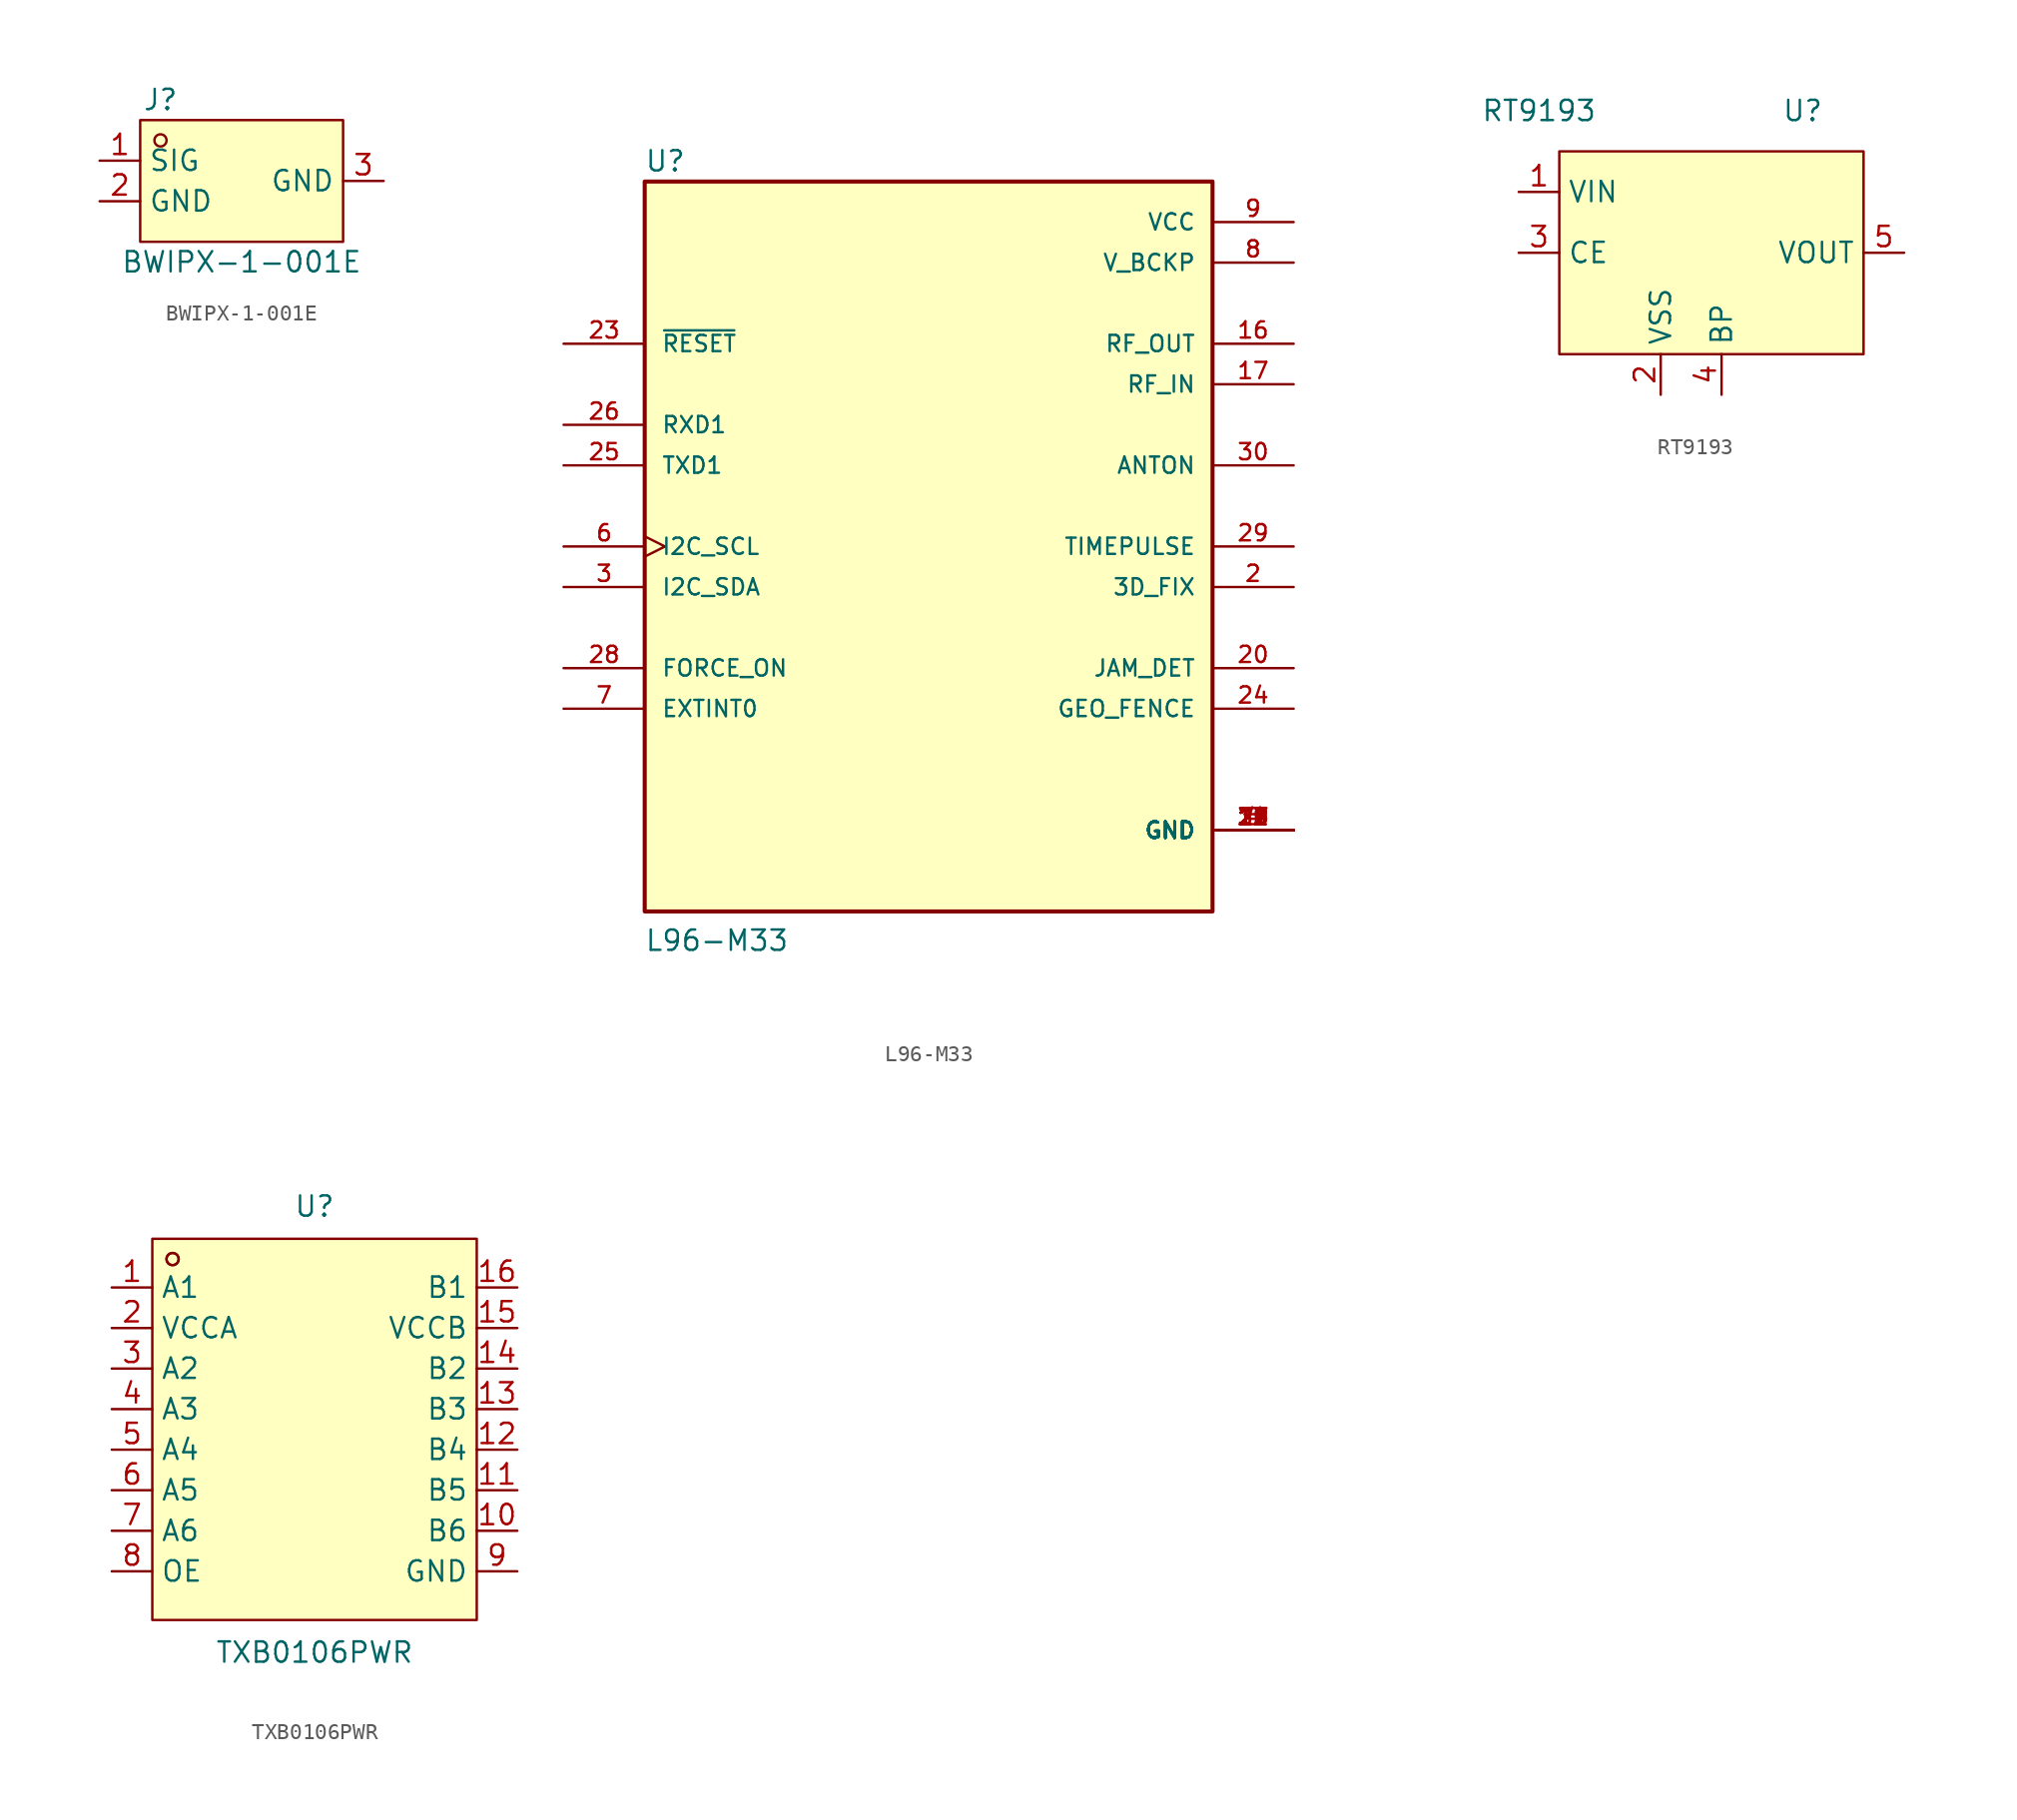
<source format=kicad_sym>
(kicad_symbol_lib
  (version 20231120)
  (generator "kicad_symbol_editor")
  (generator_version "8.0")
  (symbol "BWIPX-1-001E"
    (property "Reference" "J"
      (at -5.08 5.08 0)
      (effects (font (size 1.27 1.27))))
    (property "Value" "BWIPX-1-001E"
      (at 0 -5.08 0)
      (effects (font (size 1.27 1.27))))
    (symbol "BWIPX-1-001E_0_1"
      (rectangle (start -6.35 3.81) (end 6.35 -3.81) (stroke (width 0) (type default)) (fill (type background)))
      (circle (center -5.08 2.54) (radius 0.38) (stroke (width 0) (type default)) (fill (type none)))
      (pin unspecified line (at -8.89 1.27 0) (length 2.54) (name "SIG" (effects (font (size 1.27 1.27)))) (number "1" (effects (font (size 1.27 1.27)))))
      (pin unspecified line (at -8.89 -1.27 0) (length 2.54) (name "GND" (effects (font (size 1.27 1.27)))) (number "2" (effects (font (size 1.27 1.27)))))
      (pin unspecified line (at 8.89 0 180) (length 2.54) (name "GND" (effects (font (size 1.27 1.27)))) (number "3" (effects (font (size 1.27 1.27)))))))
  (symbol "L96-M33"
    (pin_names
      (offset 1.016))
    (property "Reference" "U"
      (at -17.805 23.393 0)
      (effects (font (size 1.27 1.27)) (justify left bottom)))
    (property "Value" "L96-M33"
      (at -17.805 -25.425 0)
      (effects (font (size 1.27 1.27)) (justify left bottom)))
    (symbol "L96-M33_0_0"
      (rectangle (start -17.78 -22.86) (end 17.78 22.86) (stroke (width 0.254) (type solid)) (fill (type background)))
      (pin power_in line (at 22.86 -17.78 180) (length 5.08) (name "GND" (effects (font (size 1.016 1.016)))) (number "10" (effects (font (size 1.016 1.016)))))
      (pin power_in line (at 22.86 -17.78 180) (length 5.08) (name "GND" (effects (font (size 1.016 1.016)))) (number "11" (effects (font (size 1.016 1.016)))))
      (pin power_in line (at 22.86 -17.78 180) (length 5.08) (name "GND" (effects (font (size 1.016 1.016)))) (number "12" (effects (font (size 1.016 1.016)))))
      (pin power_in line (at 22.86 -17.78 180) (length 5.08) (name "GND" (effects (font (size 1.016 1.016)))) (number "13" (effects (font (size 1.016 1.016)))))
      (pin power_in line (at 22.86 -17.78 180) (length 5.08) (name "GND" (effects (font (size 1.016 1.016)))) (number "14" (effects (font (size 1.016 1.016)))))
      (pin power_in line (at 22.86 -17.78 180) (length 5.08) (name "GND" (effects (font (size 1.016 1.016)))) (number "15" (effects (font (size 1.016 1.016)))))
      (pin output line (at 22.86 12.7 180) (length 5.08) (name "RF_OUT" (effects (font (size 1.016 1.016)))) (number "16" (effects (font (size 1.016 1.016)))))
      (pin input line (at 22.86 10.16 180) (length 5.08) (name "RF_IN" (effects (font (size 1.016 1.016)))) (number "17" (effects (font (size 1.016 1.016)))))
      (pin power_in line (at 22.86 -17.78 180) (length 5.08) (name "GND" (effects (font (size 1.016 1.016)))) (number "18" (effects (font (size 1.016 1.016)))))
      (pin power_in line (at 22.86 -17.78 180) (length 5.08) (name "GND" (effects (font (size 1.016 1.016)))) (number "19" (effects (font (size 1.016 1.016)))))
      (pin output line (at 22.86 -2.54 180) (length 5.08) (name "3D_FIX" (effects (font (size 1.016 1.016)))) (number "2" (effects (font (size 1.016 1.016)))))
      (pin output line (at 22.86 -7.62 180) (length 5.08) (name "JAM_DET" (effects (font (size 1.016 1.016)))) (number "20" (effects (font (size 1.016 1.016)))))
      (pin power_in line (at 22.86 -17.78 180) (length 5.08) (name "GND" (effects (font (size 1.016 1.016)))) (number "21" (effects (font (size 1.016 1.016)))))
      (pin power_in line (at 22.86 -17.78 180) (length 5.08) (name "GND" (effects (font (size 1.016 1.016)))) (number "22" (effects (font (size 1.016 1.016)))))
      (pin input line (at -22.86 12.7 0) (length 5.08) (name "~{RESET}" (effects (font (size 1.016 1.016)))) (number "23" (effects (font (size 1.016 1.016)))))
      (pin output line (at 22.86 -10.16 180) (length 5.08) (name "GEO_FENCE" (effects (font (size 1.016 1.016)))) (number "24" (effects (font (size 1.016 1.016)))))
      (pin output line (at -22.86 5.08 0) (length 5.08) (name "TXD1" (effects (font (size 1.016 1.016)))) (number "25" (effects (font (size 1.016 1.016)))))
      (pin input line (at -22.86 7.62 0) (length 5.08) (name "RXD1" (effects (font (size 1.016 1.016)))) (number "26" (effects (font (size 1.016 1.016)))))
      (pin power_in line (at 22.86 -17.78 180) (length 5.08) (name "GND" (effects (font (size 1.016 1.016)))) (number "27" (effects (font (size 1.016 1.016)))))
      (pin input line (at -22.86 -7.62 0) (length 5.08) (name "FORCE_ON" (effects (font (size 1.016 1.016)))) (number "28" (effects (font (size 1.016 1.016)))))
      (pin output line (at 22.86 0 180) (length 5.08) (name "TIMEPULSE" (effects (font (size 1.016 1.016)))) (number "29" (effects (font (size 1.016 1.016)))))
      (pin bidirectional line (at -22.86 -2.54 0) (length 5.08) (name "I2C_SDA" (effects (font (size 1.016 1.016)))) (number "3" (effects (font (size 1.016 1.016)))))
      (pin output line (at 22.86 5.08 180) (length 5.08) (name "ANTON" (effects (font (size 1.016 1.016)))) (number "30" (effects (font (size 1.016 1.016)))))
      (pin power_in line (at 22.86 -17.78 180) (length 5.08) (name "GND" (effects (font (size 1.016 1.016)))) (number "31" (effects (font (size 1.016 1.016)))))
      (pin power_in line (at 22.86 -17.78 180) (length 5.08) (name "GND" (effects (font (size 1.016 1.016)))) (number "4" (effects (font (size 1.016 1.016)))))
      (pin power_in line (at 22.86 -17.78 180) (length 5.08) (name "GND" (effects (font (size 1.016 1.016)))) (number "5" (effects (font (size 1.016 1.016)))))
      (pin bidirectional clock (at -22.86 0 0) (length 5.08) (name "I2C_SCL" (effects (font (size 1.016 1.016)))) (number "6" (effects (font (size 1.016 1.016)))))
      (pin input line (at -22.86 -10.16 0) (length 5.08) (name "EXTINT0" (effects (font (size 1.016 1.016)))) (number "7" (effects (font (size 1.016 1.016)))))
      (pin power_in line (at 22.86 17.78 180) (length 5.08) (name "V_BCKP" (effects (font (size 1.016 1.016)))) (number "8" (effects (font (size 1.016 1.016)))))
      (pin power_in line (at 22.86 20.32 180) (length 5.08) (name "VCC" (effects (font (size 1.016 1.016)))) (number "9" (effects (font (size 1.016 1.016)))))))
  (symbol "RT9193"
    (property "Reference" "U"
      (at 5.08 8.89 0)
      (effects (font (size 1.27 1.27))))
    (property "Value" "RT9193"
      (at -11.43 8.89 0)
      (effects (font (size 1.27 1.27))))
    (symbol "RT9193_1_1"
      (rectangle (start -10.16 6.35) (end 8.89 -6.35) (stroke (width 0) (type default)) (fill (type background)))
      (pin power_in line (at -12.7 3.81 0) (length 2.54) (name "VIN" (effects (font (size 1.27 1.27)))) (number "1" (effects (font (size 1.27 1.27)))))
      (pin power_in line (at -3.81 -8.89 90) (length 2.54) (name "VSS" (effects (font (size 1.27 1.27)))) (number "2" (effects (font (size 1.27 1.27)))))
      (pin input line (at -12.7 0 0) (length 2.54) (name "CE" (effects (font (size 1.27 1.27)))) (number "3" (effects (font (size 1.27 1.27)))))
      (pin input line (at 0 -8.89 90) (length 2.54) (name "BP" (effects (font (size 1.27 1.27)))) (number "4" (effects (font (size 1.27 1.27)))))
      (pin power_out line (at 11.43 0 180) (length 2.54) (name "VOUT" (effects (font (size 1.27 1.27)))) (number "5" (effects (font (size 1.27 1.27)))))))
  (symbol "TXB0106PWR"
    (property "Reference" "U"
      (at 0 13.97 0)
      (effects (font (size 1.27 1.27))))
    (property "Value" "TXB0106PWR"
      (at 0 -13.97 0)
      (effects (font (size 1.27 1.27))))
    (symbol "TXB0106PWR_0_1"
      (rectangle (start -10.16 11.94) (end 10.16 -11.94) (stroke (width 0) (type default)) (fill (type background)))
      (circle (center -8.89 10.67) (radius 0.38) (stroke (width 0) (type default)) (fill (type none)))
      (circle (center -8.89 10.67) (radius 0.38) (stroke (width 0) (type default)) (fill (type none)))
      (pin unspecified line (at -12.7 8.89 0) (length 2.54) (name "A1" (effects (font (size 1.27 1.27)))) (number "1" (effects (font (size 1.27 1.27)))))
      (pin unspecified line (at 12.7 -6.35 180) (length 2.54) (name "B6" (effects (font (size 1.27 1.27)))) (number "10" (effects (font (size 1.27 1.27)))))
      (pin unspecified line (at 12.7 -3.81 180) (length 2.54) (name "B5" (effects (font (size 1.27 1.27)))) (number "11" (effects (font (size 1.27 1.27)))))
      (pin unspecified line (at 12.7 -1.27 180) (length 2.54) (name "B4" (effects (font (size 1.27 1.27)))) (number "12" (effects (font (size 1.27 1.27)))))
      (pin unspecified line (at 12.7 1.27 180) (length 2.54) (name "B3" (effects (font (size 1.27 1.27)))) (number "13" (effects (font (size 1.27 1.27)))))
      (pin unspecified line (at 12.7 3.81 180) (length 2.54) (name "B2" (effects (font (size 1.27 1.27)))) (number "14" (effects (font (size 1.27 1.27)))))
      (pin unspecified line (at 12.7 6.35 180) (length 2.54) (name "VCCB" (effects (font (size 1.27 1.27)))) (number "15" (effects (font (size 1.27 1.27)))))
      (pin unspecified line (at 12.7 8.89 180) (length 2.54) (name "B1" (effects (font (size 1.27 1.27)))) (number "16" (effects (font (size 1.27 1.27)))))
      (pin unspecified line (at -12.7 6.35 0) (length 2.54) (name "VCCA" (effects (font (size 1.27 1.27)))) (number "2" (effects (font (size 1.27 1.27)))))
      (pin unspecified line (at -12.7 3.81 0) (length 2.54) (name "A2" (effects (font (size 1.27 1.27)))) (number "3" (effects (font (size 1.27 1.27)))))
      (pin unspecified line (at -12.7 1.27 0) (length 2.54) (name "A3" (effects (font (size 1.27 1.27)))) (number "4" (effects (font (size 1.27 1.27)))))
      (pin unspecified line (at -12.7 -1.27 0) (length 2.54) (name "A4" (effects (font (size 1.27 1.27)))) (number "5" (effects (font (size 1.27 1.27)))))
      (pin unspecified line (at -12.7 -3.81 0) (length 2.54) (name "A5" (effects (font (size 1.27 1.27)))) (number "6" (effects (font (size 1.27 1.27)))))
      (pin unspecified line (at -12.7 -6.35 0) (length 2.54) (name "A6" (effects (font (size 1.27 1.27)))) (number "7" (effects (font (size 1.27 1.27)))))
      (pin unspecified line (at -12.7 -8.89 0) (length 2.54) (name "OE" (effects (font (size 1.27 1.27)))) (number "8" (effects (font (size 1.27 1.27)))))
      (pin unspecified line (at 12.7 -8.89 180) (length 2.54) (name "GND" (effects (font (size 1.27 1.27)))) (number "9" (effects (font (size 1.27 1.27))))))))
</source>
